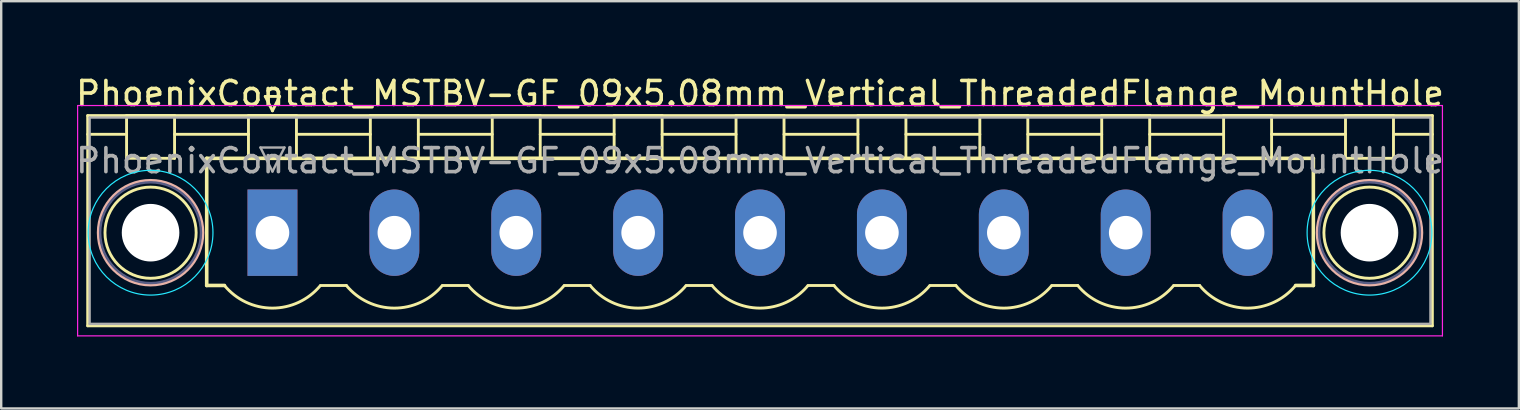
<source format=kicad_pcb>
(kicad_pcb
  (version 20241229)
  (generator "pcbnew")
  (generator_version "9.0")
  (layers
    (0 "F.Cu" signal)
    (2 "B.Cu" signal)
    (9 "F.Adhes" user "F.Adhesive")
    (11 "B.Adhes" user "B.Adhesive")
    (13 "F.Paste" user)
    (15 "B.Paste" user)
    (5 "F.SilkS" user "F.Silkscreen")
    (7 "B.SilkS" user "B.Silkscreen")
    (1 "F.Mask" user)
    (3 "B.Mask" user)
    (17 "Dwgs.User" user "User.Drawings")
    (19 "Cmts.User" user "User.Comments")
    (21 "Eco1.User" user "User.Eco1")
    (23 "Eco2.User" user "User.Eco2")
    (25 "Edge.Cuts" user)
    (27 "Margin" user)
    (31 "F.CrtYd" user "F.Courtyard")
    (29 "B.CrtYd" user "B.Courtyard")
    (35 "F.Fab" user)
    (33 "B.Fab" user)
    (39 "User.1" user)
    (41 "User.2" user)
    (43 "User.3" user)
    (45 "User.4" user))
  (footprint "PhoenixContact_MSTBV-GF_09x5.08mm_Vertical_ThreadedFlange_MountHole"
    (layer "F.Cu")
    (at 8.305 6.648)
    (property "Reference" "PhoenixContact_MSTBV-GF_09x5.08mm_Vertical_ThreadedFlange_MountHole" (at 20.32 -5.8 0) (layer "F.SilkS") (effects (font (size 1 1) (thickness 0.15))))
    (attr through_hole)
    (fp_line (start -7.7 -4.88) (end -7.7 3.88) (stroke (width 0.12) (type solid)) (layer "F.SilkS"))
    (fp_line (start -7.7 -4.1) (end -6.16 -4.1) (stroke (width 0.12) (type solid)) (layer "F.SilkS"))
    (fp_line (start -7.7 3.88) (end 48.34 3.88) (stroke (width 0.12) (type solid)) (layer "F.SilkS"))
    (fp_line (start -6.08 -4.88) (end -4.08 -4.88) (stroke (width 0.12) (type solid)) (layer "F.SilkS"))
    (fp_line (start -6.08 -3.1) (end -6.08 -4.88) (stroke (width 0.12) (type solid)) (layer "F.SilkS"))
    (fp_line (start -4.08 -4.88) (end -4.08 -3.1) (stroke (width 0.12) (type solid)) (layer "F.SilkS"))
    (fp_line (start -4.08 -4.1) (end -1 -4.1) (stroke (width 0.12) (type solid)) (layer "F.SilkS"))
    (fp_line (start -4.08 -3.1) (end -6.08 -3.1) (stroke (width 0.12) (type solid)) (layer "F.SilkS"))
    (fp_line (start -2.74 -3.1) (end 43.38 -3.1) (stroke (width 0.15) (type solid)) (layer "F.SilkS"))
    (fp_line (start -2.74 2.2) (end -2.74 -3.1) (stroke (width 0.15) (type solid)) (layer "F.SilkS"))
    (fp_line (start -2 2.2) (end -2.74 2.2) (stroke (width 0.15) (type solid)) (layer "F.SilkS"))
    (fp_line (start -1 -4.88) (end 1 -4.88) (stroke (width 0.12) (type solid)) (layer "F.SilkS"))
    (fp_line (start -1 -3.1) (end -1 -4.88) (stroke (width 0.12) (type solid)) (layer "F.SilkS"))
    (fp_line (start -0.3 -5.68) (end 0.3 -5.68) (stroke (width 0.12) (type solid)) (layer "F.SilkS"))
    (fp_line (start 0 -5.08) (end -0.3 -5.68) (stroke (width 0.12) (type solid)) (layer "F.SilkS"))
    (fp_line (start 0.3 -5.68) (end 0 -5.08) (stroke (width 0.12) (type solid)) (layer "F.SilkS"))
    (fp_line (start 1 -4.88) (end 1 -3.1) (stroke (width 0.12) (type solid)) (layer "F.SilkS"))
    (fp_line (start 1 -4.1) (end 4.08 -4.1) (stroke (width 0.12) (type solid)) (layer "F.SilkS"))
    (fp_line (start 1 -3.1) (end -1 -3.1) (stroke (width 0.12) (type solid)) (layer "F.SilkS"))
    (fp_line (start 2 2.2) (end 3.08 2.2) (stroke (width 0.12) (type solid)) (layer "F.SilkS"))
    (fp_line (start 4.08 -4.88) (end 6.08 -4.88) (stroke (width 0.12) (type solid)) (layer "F.SilkS"))
    (fp_line (start 4.08 -3.1) (end 4.08 -4.88) (stroke (width 0.12) (type solid)) (layer "F.SilkS"))
    (fp_line (start 6.08 -4.88) (end 6.08 -3.1) (stroke (width 0.12) (type solid)) (layer "F.SilkS"))
    (fp_line (start 6.08 -4.1) (end 9.16 -4.1) (stroke (width 0.12) (type solid)) (layer "F.SilkS"))
    (fp_line (start 6.08 -3.1) (end 4.08 -3.1) (stroke (width 0.12) (type solid)) (layer "F.SilkS"))
    (fp_line (start 7.08 2.2) (end 8.16 2.2) (stroke (width 0.12) (type solid)) (layer "F.SilkS"))
    (fp_line (start 9.16 -4.88) (end 11.16 -4.88) (stroke (width 0.12) (type solid)) (layer "F.SilkS"))
    (fp_line (start 9.16 -3.1) (end 9.16 -4.88) (stroke (width 0.12) (type solid)) (layer "F.SilkS"))
    (fp_line (start 11.16 -4.88) (end 11.16 -3.1) (stroke (width 0.12) (type solid)) (layer "F.SilkS"))
    (fp_line (start 11.16 -4.1) (end 14.24 -4.1) (stroke (width 0.12) (type solid)) (layer "F.SilkS"))
    (fp_line (start 11.16 -3.1) (end 9.16 -3.1) (stroke (width 0.12) (type solid)) (layer "F.SilkS"))
    (fp_line (start 12.16 2.2) (end 13.24 2.2) (stroke (width 0.12) (type solid)) (layer "F.SilkS"))
    (fp_line (start 14.24 -4.88) (end 16.24 -4.88) (stroke (width 0.12) (type solid)) (layer "F.SilkS"))
    (fp_line (start 14.24 -3.1) (end 14.24 -4.88) (stroke (width 0.12) (type solid)) (layer "F.SilkS"))
    (fp_line (start 16.24 -4.88) (end 16.24 -3.1) (stroke (width 0.12) (type solid)) (layer "F.SilkS"))
    (fp_line (start 16.24 -4.1) (end 19.32 -4.1) (stroke (width 0.12) (type solid)) (layer "F.SilkS"))
    (fp_line (start 16.24 -3.1) (end 14.24 -3.1) (stroke (width 0.12) (type solid)) (layer "F.SilkS"))
    (fp_line (start 17.24 2.2) (end 18.32 2.2) (stroke (width 0.12) (type solid)) (layer "F.SilkS"))
    (fp_line (start 19.32 -4.88) (end 21.32 -4.88) (stroke (width 0.12) (type solid)) (layer "F.SilkS"))
    (fp_line (start 19.32 -3.1) (end 19.32 -4.88) (stroke (width 0.12) (type solid)) (layer "F.SilkS"))
    (fp_line (start 21.32 -4.88) (end 21.32 -3.1) (stroke (width 0.12) (type solid)) (layer "F.SilkS"))
    (fp_line (start 21.32 -4.1) (end 24.4 -4.1) (stroke (width 0.12) (type solid)) (layer "F.SilkS"))
    (fp_line (start 21.32 -3.1) (end 19.32 -3.1) (stroke (width 0.12) (type solid)) (layer "F.SilkS"))
    (fp_line (start 22.32 2.2) (end 23.4 2.2) (stroke (width 0.12) (type solid)) (layer "F.SilkS"))
    (fp_line (start 24.4 -4.88) (end 26.4 -4.88) (stroke (width 0.12) (type solid)) (layer "F.SilkS"))
    (fp_line (start 24.4 -3.1) (end 24.4 -4.88) (stroke (width 0.12) (type solid)) (layer "F.SilkS"))
    (fp_line (start 26.4 -4.88) (end 26.4 -3.1) (stroke (width 0.12) (type solid)) (layer "F.SilkS"))
    (fp_line (start 26.4 -4.1) (end 29.48 -4.1) (stroke (width 0.12) (type solid)) (layer "F.SilkS"))
    (fp_line (start 26.4 -3.1) (end 24.4 -3.1) (stroke (width 0.12) (type solid)) (layer "F.SilkS"))
    (fp_line (start 27.4 2.2) (end 28.48 2.2) (stroke (width 0.12) (type solid)) (layer "F.SilkS"))
    (fp_line (start 29.48 -4.88) (end 31.48 -4.88) (stroke (width 0.12) (type solid)) (layer "F.SilkS"))
    (fp_line (start 29.48 -3.1) (end 29.48 -4.88) (stroke (width 0.12) (type solid)) (layer "F.SilkS"))
    (fp_line (start 31.48 -4.88) (end 31.48 -3.1) (stroke (width 0.12) (type solid)) (layer "F.SilkS"))
    (fp_line (start 31.48 -4.1) (end 34.56 -4.1) (stroke (width 0.12) (type solid)) (layer "F.SilkS"))
    (fp_line (start 31.48 -3.1) (end 29.48 -3.1) (stroke (width 0.12) (type solid)) (layer "F.SilkS"))
    (fp_line (start 32.48 2.2) (end 33.56 2.2) (stroke (width 0.12) (type solid)) (layer "F.SilkS"))
    (fp_line (start 34.56 -4.88) (end 36.56 -4.88) (stroke (width 0.12) (type solid)) (layer "F.SilkS"))
    (fp_line (start 34.56 -3.1) (end 34.56 -4.88) (stroke (width 0.12) (type solid)) (layer "F.SilkS"))
    (fp_line (start 36.56 -4.88) (end 36.56 -3.1) (stroke (width 0.12) (type solid)) (layer "F.SilkS"))
    (fp_line (start 36.56 -4.1) (end 39.64 -4.1) (stroke (width 0.12) (type solid)) (layer "F.SilkS"))
    (fp_line (start 36.56 -3.1) (end 34.56 -3.1) (stroke (width 0.12) (type solid)) (layer "F.SilkS"))
    (fp_line (start 37.56 2.2) (end 38.64 2.2) (stroke (width 0.12) (type solid)) (layer "F.SilkS"))
    (fp_line (start 39.64 -4.88) (end 41.64 -4.88) (stroke (width 0.12) (type solid)) (layer "F.SilkS"))
    (fp_line (start 39.64 -3.1) (end 39.64 -4.88) (stroke (width 0.12) (type solid)) (layer "F.SilkS"))
    (fp_line (start 41.64 -4.88) (end 41.64 -3.1) (stroke (width 0.12) (type solid)) (layer "F.SilkS"))
    (fp_line (start 41.64 -4.1) (end 44.72 -4.1) (stroke (width 0.12) (type solid)) (layer "F.SilkS"))
    (fp_line (start 41.64 -3.1) (end 39.64 -3.1) (stroke (width 0.12) (type solid)) (layer "F.SilkS"))
    (fp_line (start 43.38 -3.1) (end 43.38 2.2) (stroke (width 0.15) (type solid)) (layer "F.SilkS"))
    (fp_line (start 43.38 2.2) (end 42.64 2.2) (stroke (width 0.15) (type solid)) (layer "F.SilkS"))
    (fp_line (start 44.72 -4.88) (end 46.72 -4.88) (stroke (width 0.12) (type solid)) (layer "F.SilkS"))
    (fp_line (start 44.72 -3.1) (end 44.72 -4.88) (stroke (width 0.12) (type solid)) (layer "F.SilkS"))
    (fp_line (start 46.72 -4.88) (end 46.72 -3.1) (stroke (width 0.12) (type solid)) (layer "F.SilkS"))
    (fp_line (start 46.72 -3.1) (end 44.72 -3.1) (stroke (width 0.12) (type solid)) (layer "F.SilkS"))
    (fp_line (start 48.34 -4.88) (end -7.7 -4.88) (stroke (width 0.12) (type solid)) (layer "F.SilkS"))
    (fp_line (start 48.34 -4.1) (end 46.8 -4.1) (stroke (width 0.12) (type solid)) (layer "F.SilkS"))
    (fp_line (start 48.34 3.88) (end 48.34 -4.88) (stroke (width 0.12) (type solid)) (layer "F.SilkS"))
    (fp_arc (start 1.986842 2.215821) (mid -0.010289 3.142758) (end -2 2.2) (stroke (width 0.12) (type solid)) (layer "F.SilkS"))
    (fp_arc (start 7.066842 2.215821) (mid 5.069711 3.142758) (end 3.08 2.2) (stroke (width 0.12) (type solid)) (layer "F.SilkS"))
    (fp_arc (start 12.146842 2.215821) (mid 10.149711 3.142758) (end 8.16 2.2) (stroke (width 0.12) (type solid)) (layer "F.SilkS"))
    (fp_arc (start 17.226842 2.215821) (mid 15.229711 3.142758) (end 13.24 2.2) (stroke (width 0.12) (type solid)) (layer "F.SilkS"))
    (fp_arc (start 22.306842 2.215821) (mid 20.309711 3.142758) (end 18.32 2.2) (stroke (width 0.12) (type solid)) (layer "F.SilkS"))
    (fp_arc (start 27.386842 2.215821) (mid 25.389711 3.142758) (end 23.4 2.2) (stroke (width 0.12) (type solid)) (layer "F.SilkS"))
    (fp_arc (start 32.466842 2.215821) (mid 30.469711 3.142758) (end 28.48 2.2) (stroke (width 0.12) (type solid)) (layer "F.SilkS"))
    (fp_arc (start 37.546842 2.215821) (mid 35.549711 3.142758) (end 33.56 2.2) (stroke (width 0.12) (type solid)) (layer "F.SilkS"))
    (fp_arc (start 42.626842 2.215821) (mid 40.629711 3.142758) (end 38.64 2.2) (stroke (width 0.12) (type solid)) (layer "F.SilkS"))
    (fp_circle (center -5.08 0) (end -3.18 0) (stroke (width 0.12) (type solid)) (fill no) (layer "F.SilkS"))
    (fp_circle (center 45.72 0) (end 47.62 0) (stroke (width 0.12) (type solid)) (fill no) (layer "F.SilkS"))
    (fp_circle (center -5.08 0) (end -2.9 0) (stroke (width 0.12) (type solid)) (fill no) (layer "B.SilkS"))
    (fp_circle (center 45.72 0) (end 47.9 0) (stroke (width 0.12) (type solid)) (fill no) (layer "B.SilkS"))
    (fp_circle (center -5.08 0) (end -2.48 0) (stroke (width 0.05) (type solid)) (fill no) (layer "B.CrtYd"))
    (fp_circle (center 45.72 0) (end 48.32 0) (stroke (width 0.05) (type solid)) (fill no) (layer "B.CrtYd"))
    (fp_line (start -8.12 -5.3) (end -8.12 4.3) (stroke (width 0.05) (type solid)) (layer "F.CrtYd"))
    (fp_line (start -8.12 4.3) (end 48.76 4.3) (stroke (width 0.05) (type solid)) (layer "F.CrtYd"))
    (fp_line (start 48.76 -5.3) (end -8.12 -5.3) (stroke (width 0.05) (type solid)) (layer "F.CrtYd"))
    (fp_line (start 48.76 4.3) (end 48.76 -5.3) (stroke (width 0.05) (type solid)) (layer "F.CrtYd"))
    (fp_circle (center -5.08 0) (end -2.98 0) (stroke (width 0.1) (type solid)) (fill no) (layer "B.Fab"))
    (fp_circle (center 45.72 0) (end 47.82 0) (stroke (width 0.1) (type solid)) (fill no) (layer "B.Fab"))
    (fp_line (start -7.62 -4.8) (end -7.62 3.8) (stroke (width 0.1) (type solid)) (layer "F.Fab"))
    (fp_line (start -7.62 3.8) (end 48.26 3.8) (stroke (width 0.1) (type solid)) (layer "F.Fab"))
    (fp_line (start -0.5 -3.55) (end 0.5 -3.55) (stroke (width 0.1) (type solid)) (layer "F.Fab"))
    (fp_line (start 0 -2.55) (end -0.5 -3.55) (stroke (width 0.1) (type solid)) (layer "F.Fab"))
    (fp_line (start 0.5 -3.55) (end 0 -2.55) (stroke (width 0.1) (type solid)) (layer "F.Fab"))
    (fp_line (start 48.26 -4.8) (end -7.62 -4.8) (stroke (width 0.1) (type solid)) (layer "F.Fab"))
    (fp_line (start 48.26 3.8) (end 48.26 -4.8) (stroke (width 0.1) (type solid)) (layer "F.Fab"))
    (fp_text user "${REFERENCE}" (at 20.32 -3 0) (layer "F.Fab") (effects (font (size 1 1) (thickness 0.15))))
    (pad "" np_thru_hole circle (at -5.08 0) (size 2.4 2.4) (drill 2.4) (layers "*.Cu" "*.Mask"))
    (pad "" np_thru_hole circle (at 45.72 0) (size 2.4 2.4) (drill 2.4) (layers "*.Cu" "*.Mask"))
    (pad "1" thru_hole rect (at 0 0) (size 2.08 3.6) (drill 1.4) (layers "*.Cu" "*.Mask"))
    (pad "2" thru_hole oval (at 5.08 0) (size 2.08 3.6) (drill 1.4) (layers "*.Cu" "*.Mask"))
    (pad "3" thru_hole oval (at 10.16 0) (size 2.08 3.6) (drill 1.4) (layers "*.Cu" "*.Mask"))
    (pad "4" thru_hole oval (at 15.24 0) (size 2.08 3.6) (drill 1.4) (layers "*.Cu" "*.Mask"))
    (pad "5" thru_hole oval (at 20.32 0) (size 2.08 3.6) (drill 1.4) (layers "*.Cu" "*.Mask"))
    (pad "6" thru_hole oval (at 25.4 0) (size 2.08 3.6) (drill 1.4) (layers "*.Cu" "*.Mask"))
    (pad "7" thru_hole oval (at 30.48 0) (size 2.08 3.6) (drill 1.4) (layers "*.Cu" "*.Mask"))
    (pad "8" thru_hole oval (at 35.56 0) (size 2.08 3.6) (drill 1.4) (layers "*.Cu" "*.Mask"))
    (pad "9" thru_hole oval (at 40.64 0) (size 2.08 3.6) (drill 1.4) (layers "*.Cu" "*.Mask")))
  (gr_rect
    (start -3 -3)
    (end 60.25 13.973)
    (stroke (width 0.1) (type default))
    (fill no)
    (layer "Edge.Cuts")))
</source>
